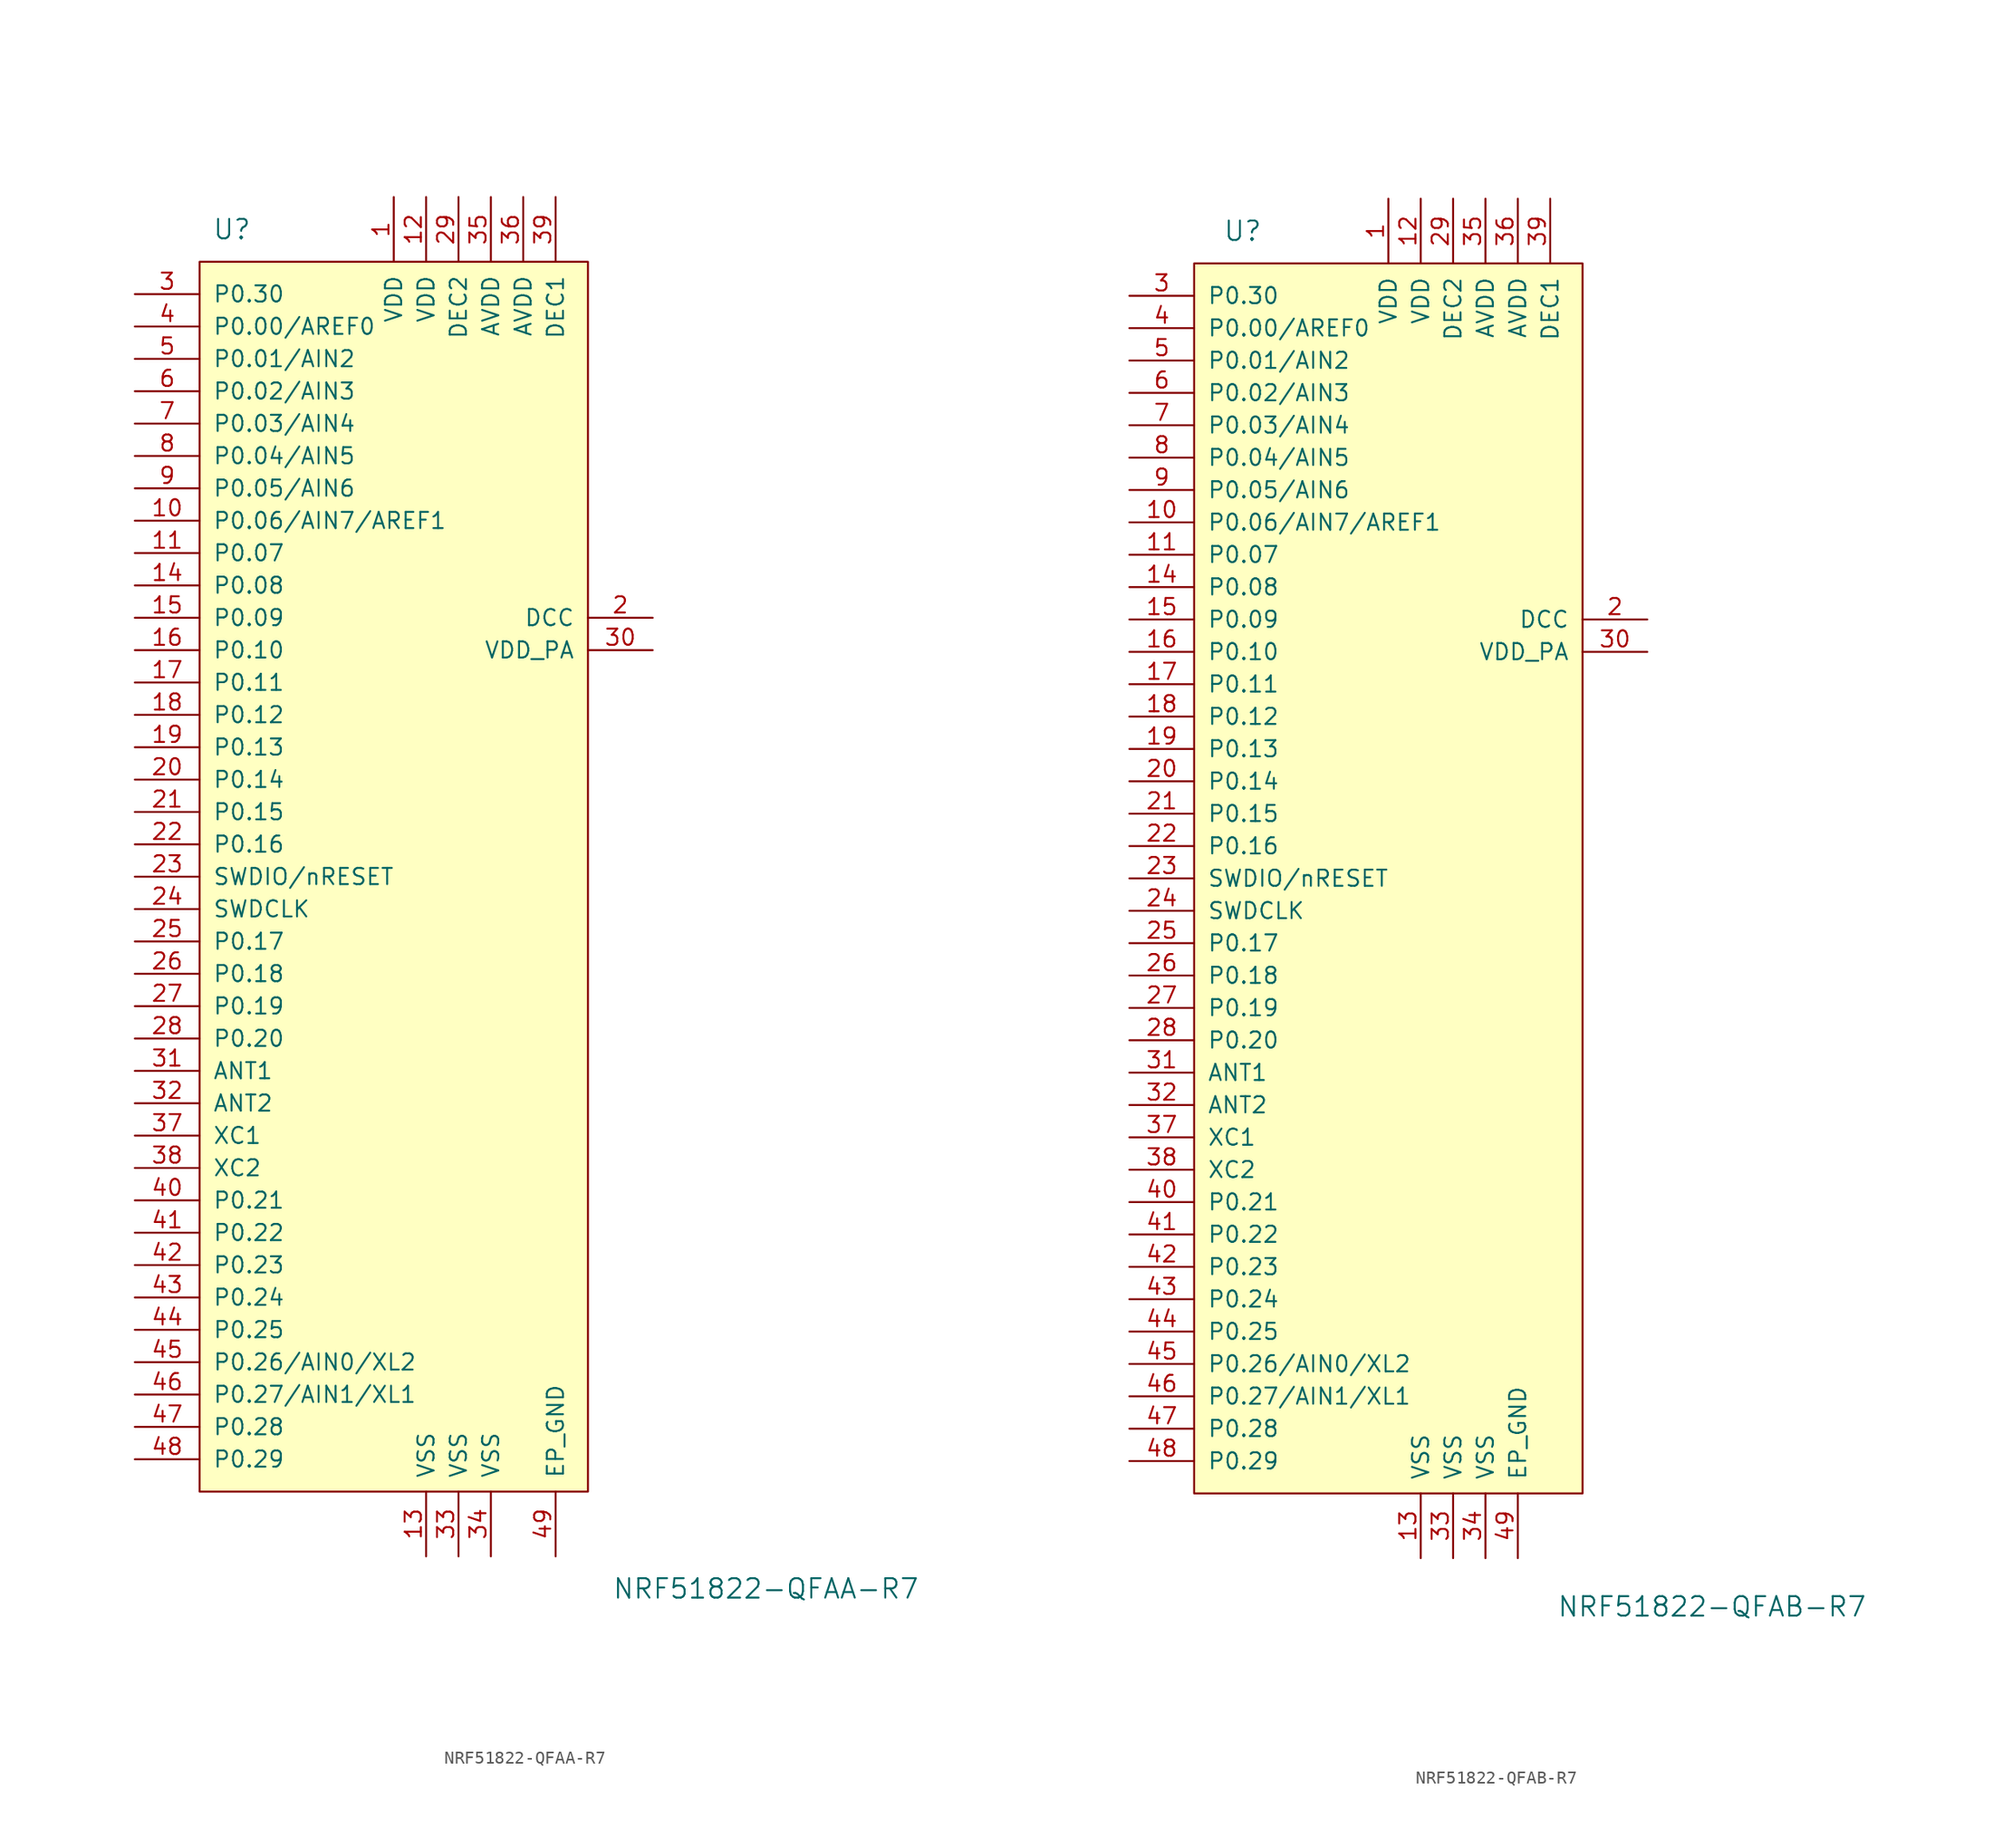
<source format=kicad_sym>
(kicad_symbol_lib
  (version 20231120)
  (generator "kicad_symbol_editor")
  (generator_version "8.0")
  (symbol "NRF51822-QFAA-R7"
    (pin_names
      (offset 1.016))
    (property "Reference" "U"
      (at -17.78 45.72 0)
      (effects (font (size 1.524 1.524))))
    (property "Value" "NRF51822-QFAA-R7"
      (at 24.13 -60.96 0)
      (effects (font (size 1.524 1.524))))
    (symbol "NRF51822-QFAA-R7_0_1"
      (rectangle (start -20.32 43.18) (end 10.16 -53.34) (stroke (width 0) (type solid)) (fill (type background))))
    (symbol "NRF51822-QFAA-R7_1_1"
      (pin power_in line (at -5.08 48.26 270) (length 5.08) (name "VDD" (effects (font (size 1.27 1.27)))) (number "1" (effects (font (size 1.27 1.27)))))
      (pin bidirectional line (at -25.4 22.86 0) (length 5.08) (name "P0.06/AIN7/AREF1" (effects (font (size 1.27 1.27)))) (number "10" (effects (font (size 1.27 1.27)))))
      (pin bidirectional line (at -25.4 20.32 0) (length 5.08) (name "P0.07" (effects (font (size 1.27 1.27)))) (number "11" (effects (font (size 1.27 1.27)))))
      (pin power_in line (at -2.54 48.26 270) (length 5.08) (name "VDD" (effects (font (size 1.27 1.27)))) (number "12" (effects (font (size 1.27 1.27)))))
      (pin power_in line (at -2.54 -58.42 90) (length 5.08) (name "VSS" (effects (font (size 1.27 1.27)))) (number "13" (effects (font (size 1.27 1.27)))))
      (pin bidirectional line (at -25.4 17.78 0) (length 5.08) (name "P0.08" (effects (font (size 1.27 1.27)))) (number "14" (effects (font (size 1.27 1.27)))))
      (pin bidirectional line (at -25.4 15.24 0) (length 5.08) (name "P0.09" (effects (font (size 1.27 1.27)))) (number "15" (effects (font (size 1.27 1.27)))))
      (pin bidirectional line (at -25.4 12.7 0) (length 5.08) (name "P0.10" (effects (font (size 1.27 1.27)))) (number "16" (effects (font (size 1.27 1.27)))))
      (pin bidirectional line (at -25.4 10.16 0) (length 5.08) (name "P0.11" (effects (font (size 1.27 1.27)))) (number "17" (effects (font (size 1.27 1.27)))))
      (pin bidirectional line (at -25.4 7.62 0) (length 5.08) (name "P0.12" (effects (font (size 1.27 1.27)))) (number "18" (effects (font (size 1.27 1.27)))))
      (pin bidirectional line (at -25.4 5.08 0) (length 5.08) (name "P0.13" (effects (font (size 1.27 1.27)))) (number "19" (effects (font (size 1.27 1.27)))))
      (pin power_out line (at 15.24 15.24 180) (length 5.08) (name "DCC" (effects (font (size 1.27 1.27)))) (number "2" (effects (font (size 1.27 1.27)))))
      (pin bidirectional line (at -25.4 2.54 0) (length 5.08) (name "P0.14" (effects (font (size 1.27 1.27)))) (number "20" (effects (font (size 1.27 1.27)))))
      (pin bidirectional line (at -25.4 0 0) (length 5.08) (name "P0.15" (effects (font (size 1.27 1.27)))) (number "21" (effects (font (size 1.27 1.27)))))
      (pin bidirectional line (at -25.4 -2.54 0) (length 5.08) (name "P0.16" (effects (font (size 1.27 1.27)))) (number "22" (effects (font (size 1.27 1.27)))))
      (pin bidirectional line (at -25.4 -5.08 0) (length 5.08) (name "SWDIO/nRESET" (effects (font (size 1.27 1.27)))) (number "23" (effects (font (size 1.27 1.27)))))
      (pin input line (at -25.4 -7.62 0) (length 5.08) (name "SWDCLK" (effects (font (size 1.27 1.27)))) (number "24" (effects (font (size 1.27 1.27)))))
      (pin bidirectional line (at -25.4 -10.16 0) (length 5.08) (name "P0.17" (effects (font (size 1.27 1.27)))) (number "25" (effects (font (size 1.27 1.27)))))
      (pin bidirectional line (at -25.4 -12.7 0) (length 5.08) (name "P0.18" (effects (font (size 1.27 1.27)))) (number "26" (effects (font (size 1.27 1.27)))))
      (pin bidirectional line (at -25.4 -15.24 0) (length 5.08) (name "P0.19" (effects (font (size 1.27 1.27)))) (number "27" (effects (font (size 1.27 1.27)))))
      (pin bidirectional line (at -25.4 -17.78 0) (length 5.08) (name "P0.20" (effects (font (size 1.27 1.27)))) (number "28" (effects (font (size 1.27 1.27)))))
      (pin power_in line (at 0 48.26 270) (length 5.08) (name "DEC2" (effects (font (size 1.27 1.27)))) (number "29" (effects (font (size 1.27 1.27)))))
      (pin bidirectional line (at -25.4 40.64 0) (length 5.08) (name "P0.30" (effects (font (size 1.27 1.27)))) (number "3" (effects (font (size 1.27 1.27)))))
      (pin power_out line (at 15.24 12.7 180) (length 5.08) (name "VDD_PA" (effects (font (size 1.27 1.27)))) (number "30" (effects (font (size 1.27 1.27)))))
      (pin input line (at -25.4 -20.32 0) (length 5.08) (name "ANT1" (effects (font (size 1.27 1.27)))) (number "31" (effects (font (size 1.27 1.27)))))
      (pin input line (at -25.4 -22.86 0) (length 5.08) (name "ANT2" (effects (font (size 1.27 1.27)))) (number "32" (effects (font (size 1.27 1.27)))))
      (pin power_in line (at 0 -58.42 90) (length 5.08) (name "VSS" (effects (font (size 1.27 1.27)))) (number "33" (effects (font (size 1.27 1.27)))))
      (pin power_in line (at 2.54 -58.42 90) (length 5.08) (name "VSS" (effects (font (size 1.27 1.27)))) (number "34" (effects (font (size 1.27 1.27)))))
      (pin power_in line (at 2.54 48.26 270) (length 5.08) (name "AVDD" (effects (font (size 1.27 1.27)))) (number "35" (effects (font (size 1.27 1.27)))))
      (pin power_in line (at 5.08 48.26 270) (length 5.08) (name "AVDD" (effects (font (size 1.27 1.27)))) (number "36" (effects (font (size 1.27 1.27)))))
      (pin input line (at -25.4 -25.4 0) (length 5.08) (name "XC1" (effects (font (size 1.27 1.27)))) (number "37" (effects (font (size 1.27 1.27)))))
      (pin input line (at -25.4 -27.94 0) (length 5.08) (name "XC2" (effects (font (size 1.27 1.27)))) (number "38" (effects (font (size 1.27 1.27)))))
      (pin power_in line (at 7.62 48.26 270) (length 5.08) (name "DEC1" (effects (font (size 1.27 1.27)))) (number "39" (effects (font (size 1.27 1.27)))))
      (pin bidirectional line (at -25.4 38.1 0) (length 5.08) (name "P0.00/AREF0" (effects (font (size 1.27 1.27)))) (number "4" (effects (font (size 1.27 1.27)))))
      (pin bidirectional line (at -25.4 -30.48 0) (length 5.08) (name "P0.21" (effects (font (size 1.27 1.27)))) (number "40" (effects (font (size 1.27 1.27)))))
      (pin bidirectional line (at -25.4 -33.02 0) (length 5.08) (name "P0.22" (effects (font (size 1.27 1.27)))) (number "41" (effects (font (size 1.27 1.27)))))
      (pin bidirectional line (at -25.4 -35.56 0) (length 5.08) (name "P0.23" (effects (font (size 1.27 1.27)))) (number "42" (effects (font (size 1.27 1.27)))))
      (pin bidirectional line (at -25.4 -38.1 0) (length 5.08) (name "P0.24" (effects (font (size 1.27 1.27)))) (number "43" (effects (font (size 1.27 1.27)))))
      (pin bidirectional line (at -25.4 -40.64 0) (length 5.08) (name "P0.25" (effects (font (size 1.27 1.27)))) (number "44" (effects (font (size 1.27 1.27)))))
      (pin bidirectional line (at -25.4 -43.18 0) (length 5.08) (name "P0.26/AIN0/XL2" (effects (font (size 1.27 1.27)))) (number "45" (effects (font (size 1.27 1.27)))))
      (pin bidirectional line (at -25.4 -45.72 0) (length 5.08) (name "P0.27/AIN1/XL1" (effects (font (size 1.27 1.27)))) (number "46" (effects (font (size 1.27 1.27)))))
      (pin bidirectional line (at -25.4 -48.26 0) (length 5.08) (name "P0.28" (effects (font (size 1.27 1.27)))) (number "47" (effects (font (size 1.27 1.27)))))
      (pin bidirectional line (at -25.4 -50.8 0) (length 5.08) (name "P0.29" (effects (font (size 1.27 1.27)))) (number "48" (effects (font (size 1.27 1.27)))))
      (pin power_in line (at 7.62 -58.42 90) (length 5.08) (name "EP_GND" (effects (font (size 1.27 1.27)))) (number "49" (effects (font (size 1.27 1.27)))))
      (pin bidirectional line (at -25.4 35.56 0) (length 5.08) (name "P0.01/AIN2" (effects (font (size 1.27 1.27)))) (number "5" (effects (font (size 1.27 1.27)))))
      (pin bidirectional line (at -25.4 33.02 0) (length 5.08) (name "P0.02/AIN3" (effects (font (size 1.27 1.27)))) (number "6" (effects (font (size 1.27 1.27)))))
      (pin bidirectional line (at -25.4 30.48 0) (length 5.08) (name "P0.03/AIN4" (effects (font (size 1.27 1.27)))) (number "7" (effects (font (size 1.27 1.27)))))
      (pin bidirectional line (at -25.4 27.94 0) (length 5.08) (name "P0.04/AIN5" (effects (font (size 1.27 1.27)))) (number "8" (effects (font (size 1.27 1.27)))))
      (pin bidirectional line (at -25.4 25.4 0) (length 5.08) (name "P0.05/AIN6" (effects (font (size 1.27 1.27)))) (number "9" (effects (font (size 1.27 1.27)))))))
  (symbol "NRF51822-QFAB-R7"
    (pin_names
      (offset 1.016))
    (property "Reference" "U"
      (at -16.51 45.72 0)
      (effects (font (size 1.524 1.524))))
    (property "Value" "NRF51822-QFAB-R7"
      (at 20.32 -62.23 0)
      (effects (font (size 1.524 1.524))))
    (symbol "NRF51822-QFAB-R7_0_1"
      (rectangle (start -20.32 43.18) (end 10.16 -53.34) (stroke (width 0) (type solid)) (fill (type background))))
    (symbol "NRF51822-QFAB-R7_1_1"
      (pin power_in line (at -5.08 48.26 270) (length 5.08) (name "VDD" (effects (font (size 1.27 1.27)))) (number "1" (effects (font (size 1.27 1.27)))))
      (pin bidirectional line (at -25.4 22.86 0) (length 5.08) (name "P0.06/AIN7/AREF1" (effects (font (size 1.27 1.27)))) (number "10" (effects (font (size 1.27 1.27)))))
      (pin bidirectional line (at -25.4 20.32 0) (length 5.08) (name "P0.07" (effects (font (size 1.27 1.27)))) (number "11" (effects (font (size 1.27 1.27)))))
      (pin power_in line (at -2.54 48.26 270) (length 5.08) (name "VDD" (effects (font (size 1.27 1.27)))) (number "12" (effects (font (size 1.27 1.27)))))
      (pin power_in line (at -2.54 -58.42 90) (length 5.08) (name "VSS" (effects (font (size 1.27 1.27)))) (number "13" (effects (font (size 1.27 1.27)))))
      (pin bidirectional line (at -25.4 17.78 0) (length 5.08) (name "P0.08" (effects (font (size 1.27 1.27)))) (number "14" (effects (font (size 1.27 1.27)))))
      (pin bidirectional line (at -25.4 15.24 0) (length 5.08) (name "P0.09" (effects (font (size 1.27 1.27)))) (number "15" (effects (font (size 1.27 1.27)))))
      (pin bidirectional line (at -25.4 12.7 0) (length 5.08) (name "P0.10" (effects (font (size 1.27 1.27)))) (number "16" (effects (font (size 1.27 1.27)))))
      (pin bidirectional line (at -25.4 10.16 0) (length 5.08) (name "P0.11" (effects (font (size 1.27 1.27)))) (number "17" (effects (font (size 1.27 1.27)))))
      (pin bidirectional line (at -25.4 7.62 0) (length 5.08) (name "P0.12" (effects (font (size 1.27 1.27)))) (number "18" (effects (font (size 1.27 1.27)))))
      (pin bidirectional line (at -25.4 5.08 0) (length 5.08) (name "P0.13" (effects (font (size 1.27 1.27)))) (number "19" (effects (font (size 1.27 1.27)))))
      (pin power_out line (at 15.24 15.24 180) (length 5.08) (name "DCC" (effects (font (size 1.27 1.27)))) (number "2" (effects (font (size 1.27 1.27)))))
      (pin bidirectional line (at -25.4 2.54 0) (length 5.08) (name "P0.14" (effects (font (size 1.27 1.27)))) (number "20" (effects (font (size 1.27 1.27)))))
      (pin bidirectional line (at -25.4 0 0) (length 5.08) (name "P0.15" (effects (font (size 1.27 1.27)))) (number "21" (effects (font (size 1.27 1.27)))))
      (pin bidirectional line (at -25.4 -2.54 0) (length 5.08) (name "P0.16" (effects (font (size 1.27 1.27)))) (number "22" (effects (font (size 1.27 1.27)))))
      (pin bidirectional line (at -25.4 -5.08 0) (length 5.08) (name "SWDIO/nRESET" (effects (font (size 1.27 1.27)))) (number "23" (effects (font (size 1.27 1.27)))))
      (pin input line (at -25.4 -7.62 0) (length 5.08) (name "SWDCLK" (effects (font (size 1.27 1.27)))) (number "24" (effects (font (size 1.27 1.27)))))
      (pin bidirectional line (at -25.4 -10.16 0) (length 5.08) (name "P0.17" (effects (font (size 1.27 1.27)))) (number "25" (effects (font (size 1.27 1.27)))))
      (pin bidirectional line (at -25.4 -12.7 0) (length 5.08) (name "P0.18" (effects (font (size 1.27 1.27)))) (number "26" (effects (font (size 1.27 1.27)))))
      (pin bidirectional line (at -25.4 -15.24 0) (length 5.08) (name "P0.19" (effects (font (size 1.27 1.27)))) (number "27" (effects (font (size 1.27 1.27)))))
      (pin bidirectional line (at -25.4 -17.78 0) (length 5.08) (name "P0.20" (effects (font (size 1.27 1.27)))) (number "28" (effects (font (size 1.27 1.27)))))
      (pin power_in line (at 0 48.26 270) (length 5.08) (name "DEC2" (effects (font (size 1.27 1.27)))) (number "29" (effects (font (size 1.27 1.27)))))
      (pin bidirectional line (at -25.4 40.64 0) (length 5.08) (name "P0.30" (effects (font (size 1.27 1.27)))) (number "3" (effects (font (size 1.27 1.27)))))
      (pin power_out line (at 15.24 12.7 180) (length 5.08) (name "VDD_PA" (effects (font (size 1.27 1.27)))) (number "30" (effects (font (size 1.27 1.27)))))
      (pin input line (at -25.4 -20.32 0) (length 5.08) (name "ANT1" (effects (font (size 1.27 1.27)))) (number "31" (effects (font (size 1.27 1.27)))))
      (pin input line (at -25.4 -22.86 0) (length 5.08) (name "ANT2" (effects (font (size 1.27 1.27)))) (number "32" (effects (font (size 1.27 1.27)))))
      (pin power_in line (at 0 -58.42 90) (length 5.08) (name "VSS" (effects (font (size 1.27 1.27)))) (number "33" (effects (font (size 1.27 1.27)))))
      (pin power_in line (at 2.54 -58.42 90) (length 5.08) (name "VSS" (effects (font (size 1.27 1.27)))) (number "34" (effects (font (size 1.27 1.27)))))
      (pin power_in line (at 2.54 48.26 270) (length 5.08) (name "AVDD" (effects (font (size 1.27 1.27)))) (number "35" (effects (font (size 1.27 1.27)))))
      (pin power_in line (at 5.08 48.26 270) (length 5.08) (name "AVDD" (effects (font (size 1.27 1.27)))) (number "36" (effects (font (size 1.27 1.27)))))
      (pin input line (at -25.4 -25.4 0) (length 5.08) (name "XC1" (effects (font (size 1.27 1.27)))) (number "37" (effects (font (size 1.27 1.27)))))
      (pin input line (at -25.4 -27.94 0) (length 5.08) (name "XC2" (effects (font (size 1.27 1.27)))) (number "38" (effects (font (size 1.27 1.27)))))
      (pin power_in line (at 7.62 48.26 270) (length 5.08) (name "DEC1" (effects (font (size 1.27 1.27)))) (number "39" (effects (font (size 1.27 1.27)))))
      (pin bidirectional line (at -25.4 38.1 0) (length 5.08) (name "P0.00/AREF0" (effects (font (size 1.27 1.27)))) (number "4" (effects (font (size 1.27 1.27)))))
      (pin bidirectional line (at -25.4 -30.48 0) (length 5.08) (name "P0.21" (effects (font (size 1.27 1.27)))) (number "40" (effects (font (size 1.27 1.27)))))
      (pin bidirectional line (at -25.4 -33.02 0) (length 5.08) (name "P0.22" (effects (font (size 1.27 1.27)))) (number "41" (effects (font (size 1.27 1.27)))))
      (pin bidirectional line (at -25.4 -35.56 0) (length 5.08) (name "P0.23" (effects (font (size 1.27 1.27)))) (number "42" (effects (font (size 1.27 1.27)))))
      (pin bidirectional line (at -25.4 -38.1 0) (length 5.08) (name "P0.24" (effects (font (size 1.27 1.27)))) (number "43" (effects (font (size 1.27 1.27)))))
      (pin bidirectional line (at -25.4 -40.64 0) (length 5.08) (name "P0.25" (effects (font (size 1.27 1.27)))) (number "44" (effects (font (size 1.27 1.27)))))
      (pin bidirectional line (at -25.4 -43.18 0) (length 5.08) (name "P0.26/AIN0/XL2" (effects (font (size 1.27 1.27)))) (number "45" (effects (font (size 1.27 1.27)))))
      (pin bidirectional line (at -25.4 -45.72 0) (length 5.08) (name "P0.27/AIN1/XL1" (effects (font (size 1.27 1.27)))) (number "46" (effects (font (size 1.27 1.27)))))
      (pin bidirectional line (at -25.4 -48.26 0) (length 5.08) (name "P0.28" (effects (font (size 1.27 1.27)))) (number "47" (effects (font (size 1.27 1.27)))))
      (pin bidirectional line (at -25.4 -50.8 0) (length 5.08) (name "P0.29" (effects (font (size 1.27 1.27)))) (number "48" (effects (font (size 1.27 1.27)))))
      (pin power_out line (at 5.08 -58.42 90) (length 5.08) (name "EP_GND" (effects (font (size 1.27 1.27)))) (number "49" (effects (font (size 1.27 1.27)))))
      (pin bidirectional line (at -25.4 35.56 0) (length 5.08) (name "P0.01/AIN2" (effects (font (size 1.27 1.27)))) (number "5" (effects (font (size 1.27 1.27)))))
      (pin bidirectional line (at -25.4 33.02 0) (length 5.08) (name "P0.02/AIN3" (effects (font (size 1.27 1.27)))) (number "6" (effects (font (size 1.27 1.27)))))
      (pin bidirectional line (at -25.4 30.48 0) (length 5.08) (name "P0.03/AIN4" (effects (font (size 1.27 1.27)))) (number "7" (effects (font (size 1.27 1.27)))))
      (pin bidirectional line (at -25.4 27.94 0) (length 5.08) (name "P0.04/AIN5" (effects (font (size 1.27 1.27)))) (number "8" (effects (font (size 1.27 1.27)))))
      (pin bidirectional line (at -25.4 25.4 0) (length 5.08) (name "P0.05/AIN6" (effects (font (size 1.27 1.27)))) (number "9" (effects (font (size 1.27 1.27))))))))
</source>
